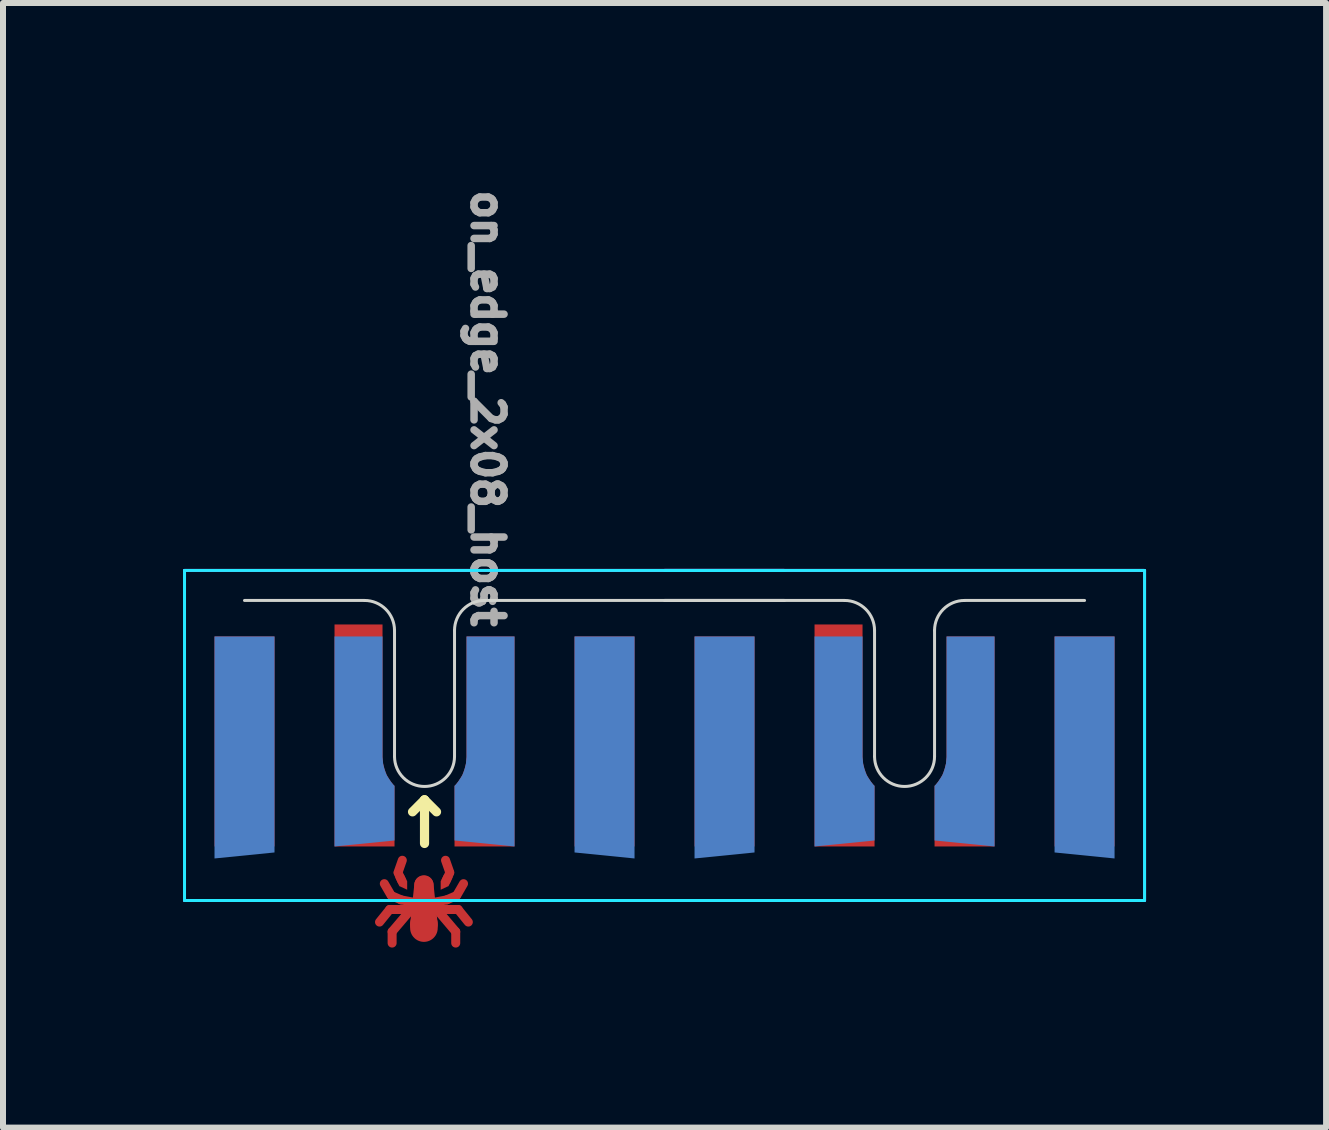
<source format=kicad_pcb>
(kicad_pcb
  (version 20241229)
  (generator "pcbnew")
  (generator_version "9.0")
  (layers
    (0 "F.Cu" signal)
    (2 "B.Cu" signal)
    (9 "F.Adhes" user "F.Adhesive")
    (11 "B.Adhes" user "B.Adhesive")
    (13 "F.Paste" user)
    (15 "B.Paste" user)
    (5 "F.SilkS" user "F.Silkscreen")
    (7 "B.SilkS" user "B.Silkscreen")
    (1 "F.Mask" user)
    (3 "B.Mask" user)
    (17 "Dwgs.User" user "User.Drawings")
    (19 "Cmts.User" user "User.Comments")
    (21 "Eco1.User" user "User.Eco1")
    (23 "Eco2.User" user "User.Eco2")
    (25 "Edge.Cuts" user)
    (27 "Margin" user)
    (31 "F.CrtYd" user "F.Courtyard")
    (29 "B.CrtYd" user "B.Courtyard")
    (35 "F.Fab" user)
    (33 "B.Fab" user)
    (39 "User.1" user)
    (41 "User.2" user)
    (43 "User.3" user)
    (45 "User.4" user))
  (footprint "on_edge_2x08_host"
    (layer "F.Cu")
    (at 5.025 6.957)
    (property "Reference" "on_edge_2x08_host" (at 0.05 -3.2 270) (unlocked yes) (layer "F.Fab") (effects (font (size 0.5 0.5) (thickness 0.125))))
    (attr exclude_from_pos_files exclude_from_bom)
    (fp_line (start -1.75 5.36) (end -1.58 5.15) (stroke (width 0.15) (type solid)) (layer "F.Cu"))
    (fp_line (start -1.67 4.72) (end -1.56 4.91) (stroke (width 0.15) (type solid)) (layer "F.Cu"))
    (fp_line (start -1.54 5.71) (end -1.54 5.52) (stroke (width 0.15) (type solid)) (layer "F.Cu"))
    (fp_line (start -1.44 4.54) (end -1.38 4.67) (stroke (width 0.15) (type solid)) (layer "F.Cu"))
    (fp_line (start -1.39 4.99) (end -1.55 4.92) (stroke (width 0.15) (type solid)) (layer "F.Cu"))
    (fp_line (start -1.39 4.99) (end -1.13 5.04) (stroke (width 0.15) (type solid)) (layer "F.Cu"))
    (fp_line (start -1.37 4.33) (end -1.44 4.53) (stroke (width 0.15) (type solid)) (layer "F.Cu"))
    (fp_line (start -1.26 5.19) (end -1.54 5.52) (stroke (width 0.15) (type solid)) (layer "F.Cu"))
    (fp_line (start -1.21 5.15) (end -1.58 5.15) (stroke (width 0.15) (type solid)) (layer "F.Cu"))
    (fp_line (start -1.09 5.4) (end -1.02 4.74) (stroke (width 0.3) (type solid)) (layer "F.Cu"))
    (fp_line (start -1.01 5.46) (end -1.01 5.39) (stroke (width 0.46) (type solid)) (layer "F.Cu"))
    (fp_line (start -1.01 5.51) (end -1.01 4.74) (stroke (width 0.32) (type solid)) (layer "F.Cu"))
    (fp_line (start -0.93 5.4) (end -1 4.74) (stroke (width 0.3) (type solid)) (layer "F.Cu"))
    (fp_line (start -0.81 5.15) (end -0.44 5.15) (stroke (width 0.15) (type solid)) (layer "F.Cu"))
    (fp_line (start -0.76 5.19) (end -0.48 5.52) (stroke (width 0.15) (type solid)) (layer "F.Cu"))
    (fp_line (start -0.65 4.33) (end -0.58 4.53) (stroke (width 0.15) (type solid)) (layer "F.Cu"))
    (fp_line (start -0.63 4.99) (end -0.89 5.04) (stroke (width 0.15) (type solid)) (layer "F.Cu"))
    (fp_line (start -0.63 4.99) (end -0.47 4.92) (stroke (width 0.15) (type solid)) (layer "F.Cu"))
    (fp_line (start -0.58 4.54) (end -0.64 4.67) (stroke (width 0.15) (type solid)) (layer "F.Cu"))
    (fp_line (start -0.48 5.71) (end -0.48 5.52) (stroke (width 0.15) (type solid)) (layer "F.Cu"))
    (fp_line (start -0.35 4.72) (end -0.46 4.91) (stroke (width 0.15) (type solid)) (layer "F.Cu"))
    (fp_line (start -0.27 5.36) (end -0.44 5.15) (stroke (width 0.15) (type solid)) (layer "F.Cu"))
    (fp_poly (pts (xy -1.35 4.56) (xy -1.29 4.68) (xy -1.29 4.82) (xy -1.42 4.76) (xy -1.49 4.61) (xy -1.4 4.64)) (stroke (width 0.001) (type solid)) (fill yes) (layer "F.Cu"))
    (fp_poly (pts (xy -0.67 4.56) (xy -0.73 4.68) (xy -0.73 4.82) (xy -0.6 4.76) (xy -0.53 4.61) (xy -0.62 4.64)) (stroke (width 0.001) (type solid)) (fill yes) (layer "F.Cu"))
    (fp_line (start -1.75 5.36) (end -1.58 5.15) (stroke (width 0.15) (type solid)) (layer "F.Mask"))
    (fp_line (start -1.67 4.72) (end -1.56 4.91) (stroke (width 0.15) (type solid)) (layer "F.Mask"))
    (fp_line (start -1.54 5.71) (end -1.54 5.52) (stroke (width 0.15) (type solid)) (layer "F.Mask"))
    (fp_line (start -1.44 4.54) (end -1.38 4.67) (stroke (width 0.15) (type solid)) (layer "F.Mask"))
    (fp_line (start -1.39 4.99) (end -1.55 4.92) (stroke (width 0.15) (type solid)) (layer "F.Mask"))
    (fp_line (start -1.39 4.99) (end -1.13 5.04) (stroke (width 0.15) (type solid)) (layer "F.Mask"))
    (fp_line (start -1.37 4.33) (end -1.44 4.53) (stroke (width 0.15) (type solid)) (layer "F.Mask"))
    (fp_line (start -1.26 5.19) (end -1.54 5.52) (stroke (width 0.15) (type solid)) (layer "F.Mask"))
    (fp_line (start -1.21 5.15) (end -1.58 5.15) (stroke (width 0.15) (type solid)) (layer "F.Mask"))
    (fp_line (start -1.09 5.4) (end -1.02 4.74) (stroke (width 0.3) (type solid)) (layer "F.Mask"))
    (fp_line (start -1.01 5.46) (end -1.01 5.39) (stroke (width 0.46) (type solid)) (layer "F.Mask"))
    (fp_line (start -1.01 5.51) (end -1.01 4.74) (stroke (width 0.32) (type solid)) (layer "F.Mask"))
    (fp_line (start -0.93 5.4) (end -1 4.74) (stroke (width 0.3) (type solid)) (layer "F.Mask"))
    (fp_line (start -0.81 5.15) (end -0.44 5.15) (stroke (width 0.15) (type solid)) (layer "F.Mask"))
    (fp_line (start -0.76 5.19) (end -0.48 5.52) (stroke (width 0.15) (type solid)) (layer "F.Mask"))
    (fp_line (start -0.65 4.33) (end -0.58 4.53) (stroke (width 0.15) (type solid)) (layer "F.Mask"))
    (fp_line (start -0.63 4.99) (end -0.89 5.04) (stroke (width 0.15) (type solid)) (layer "F.Mask"))
    (fp_line (start -0.63 4.99) (end -0.47 4.92) (stroke (width 0.15) (type solid)) (layer "F.Mask"))
    (fp_line (start -0.58 4.54) (end -0.64 4.67) (stroke (width 0.15) (type solid)) (layer "F.Mask"))
    (fp_line (start -0.48 5.71) (end -0.48 5.52) (stroke (width 0.15) (type solid)) (layer "F.Mask"))
    (fp_line (start -0.35 4.72) (end -0.46 4.91) (stroke (width 0.15) (type solid)) (layer "F.Mask"))
    (fp_line (start -0.27 5.36) (end -0.44 5.15) (stroke (width 0.15) (type solid)) (layer "F.Mask"))
    (fp_poly (pts (xy -1.35 4.56) (xy -1.29 4.68) (xy -1.29 4.82) (xy -1.42 4.76) (xy -1.49 4.61) (xy -1.4 4.64)) (stroke (width 0.001) (type solid)) (fill yes) (layer "F.Mask"))
    (fp_poly (pts (xy -0.67 4.56) (xy -0.73 4.68) (xy -0.73 4.82) (xy -0.6 4.76) (xy -0.53 4.61) (xy -0.62 4.64)) (stroke (width 0.001) (type solid)) (fill yes) (layer "F.Mask"))
    (fp_line (start -1 3.323) (end -1.2 3.523) (stroke (width 0.153) (type solid)) (layer "F.SilkS"))
    (fp_line (start -1 4.05) (end -1 3.323) (stroke (width 0.153) (type solid)) (layer "F.SilkS"))
    (fp_line (start -0.8 3.523) (end -1 3.323) (stroke (width 0.153) (type solid)) (layer "F.SilkS"))
    (fp_line (start -4 0) (end -2 0) (stroke (width 0.05) (type solid)) (layer "Edge.Cuts"))
    (fp_line (start -1.5 0.5) (end -1.5 2.6) (stroke (width 0.05) (type solid)) (layer "Edge.Cuts"))
    (fp_line (start -0.5 2.6) (end -0.5 0.5) (stroke (width 0.05) (type solid)) (layer "Edge.Cuts"))
    (fp_line (start 0 0) (end 5 0) (stroke (width 0.05) (type solid)) (layer "Edge.Cuts"))
    (fp_line (start 3 0) (end 6 0) (stroke (width 0.05) (type solid)) (layer "Edge.Cuts"))
    (fp_line (start 6.5 0.5) (end 6.5 2.6) (stroke (width 0.05) (type solid)) (layer "Edge.Cuts"))
    (fp_line (start 7.5 2.6) (end 7.5 0.5) (stroke (width 0.05) (type solid)) (layer "Edge.Cuts"))
    (fp_line (start 8 0) (end 10 0) (stroke (width 0.05) (type solid)) (layer "Edge.Cuts"))
    (fp_arc (start -2 0) (mid -1.646447 0.146447) (end -1.5 0.5) (stroke (width 0.05) (type solid)) (layer "Edge.Cuts"))
    (fp_arc (start -0.5 0.5) (mid -0.353553 0.146447) (end 0 0) (stroke (width 0.05) (type solid)) (layer "Edge.Cuts"))
    (fp_arc (start -0.5 2.6) (mid -1 3.1) (end -1.5 2.6) (stroke (width 0.05) (type solid)) (layer "Edge.Cuts"))
    (fp_arc (start 6 0) (mid 6.353553 0.146447) (end 6.5 0.5) (stroke (width 0.05) (type solid)) (layer "Edge.Cuts"))
    (fp_arc (start 7.5 0.5) (mid 7.646447 0.146447) (end 8 0) (stroke (width 0.05) (type solid)) (layer "Edge.Cuts"))
    (fp_arc (start 7.5 2.6) (mid 7 3.1) (end 6.5 2.6) (stroke (width 0.05) (type solid)) (layer "Edge.Cuts"))
    (fp_line (start -5 -0.5) (end 5 -0.5) (stroke (width 0.05) (type solid)) (layer "B.CrtYd"))
    (fp_line (start -5 5) (end -5 -0.5) (stroke (width 0.05) (type solid)) (layer "B.CrtYd"))
    (fp_line (start 3 -0.5) (end 11 -0.5) (stroke (width 0.05) (type solid)) (layer "B.CrtYd"))
    (fp_line (start 5 5) (end -5 5) (stroke (width 0.05) (type solid)) (layer "B.CrtYd"))
    (fp_line (start 11 -0.5) (end 11 5) (stroke (width 0.05) (type solid)) (layer "B.CrtYd"))
    (fp_line (start 11 5) (end 3 5) (stroke (width 0.05) (type solid)) (layer "B.CrtYd"))
    (fp_line (start -5 -0.5) (end -5 5) (stroke (width 0.05) (type solid)) (layer "F.CrtYd"))
    (fp_line (start -5 5) (end 5 5) (stroke (width 0.05) (type solid)) (layer "F.CrtYd"))
    (fp_line (start 3 5) (end 11 5) (stroke (width 0.05) (type solid)) (layer "F.CrtYd"))
    (fp_line (start 5 -0.5) (end -5 -0.5) (stroke (width 0.05) (type solid)) (layer "F.CrtYd"))
    (fp_line (start 11 -0.5) (end 3 -0.5) (stroke (width 0.05) (type solid)) (layer "F.CrtYd"))
    (fp_line (start 11 5) (end 11 -0.5) (stroke (width 0.05) (type solid)) (layer "F.CrtYd"))
    (pad "1" smd custom (at -2 3.6) (size 1 1) (layers "F.Cu" "F.Mask") (options (anchor rect)) (primitives (gr_poly (pts (xy 0.3 -0.99) (xy 0.31 -0.88) (xy 0.33 -0.8) (xy 0.35 -0.74) (xy 0.37 -0.69) (xy 0.4 -0.64) (xy 0.44 -0.58) (xy 0.48 -0.53) (xy 0.5 -0.51) (xy 0.5 0.5) (xy -0.5 0.5) (xy -0.5 -3.2) (xy 0.3 -3.2)) (width 0) (fill yes))))
    (pad "2" smd custom (at 0 3.6) (size 1 1) (layers "F.Cu" "F.Mask") (options (anchor rect)) (primitives (gr_poly (pts (xy -0.3 -0.99) (xy -0.31 -0.88) (xy -0.33 -0.8) (xy -0.35 -0.74) (xy -0.37 -0.69) (xy -0.4 -0.64) (xy -0.44 -0.58) (xy -0.48 -0.53) (xy -0.5 -0.51) (xy -0.5 0.5) (xy 0.5 0.5) (xy 0.5 -3) (xy -0.3 -3)) (width 0) (fill yes))))
    (pad "3" smd custom (at -2 2.1 180) (size 0.4 0.4) (layers "B.Cu" "B.Mask") (options (anchor rect)) (primitives (gr_poly (pts (xy -0.3 -0.51) (xy -0.31 -0.62) (xy -0.33 -0.7) (xy -0.35 -0.76) (xy -0.37 -0.81) (xy -0.4 -0.86) (xy -0.44 -0.92) (xy -0.48 -0.97) (xy -0.5 -0.99) (xy -0.5 -1.9) (xy 0.5 -2) (xy 0.5 1.5) (xy -0.3 1.5)) (width 0) (fill yes))))
    (pad "4" smd custom (at 0 2.1 180) (size 0.4 0.4) (layers "B.Cu" "B.Mask") (options (anchor rect)) (primitives (gr_poly (pts (xy 0.3 -0.51) (xy 0.31 -0.62) (xy 0.33 -0.7) (xy 0.35 -0.76) (xy 0.37 -0.81) (xy 0.4 -0.86) (xy 0.44 -0.92) (xy 0.48 -0.97) (xy 0.5 -0.99) (xy 0.5 -1.9) (xy -0.5 -2) (xy -0.5 1.5) (xy 0.3 1.5)) (width 0) (fill yes))))
    (pad "5" smd rect (at 2 2.35) (size 1 3.5) (layers "F.Cu" "F.Mask"))
    (pad "6" smd custom (at 2 2.4 180) (size 1 3.6) (layers "B.Cu" "B.Mask") (options (anchor rect)) (primitives (gr_poly (pts (xy 0.5 -1.8) (xy -0.5 -1.9) (xy -0.5 -1.8)) (width 0) (fill yes))))
    (pad "7" smd rect (at -4 2.35) (size 1 3.5) (layers "F.Cu" "F.Mask"))
    (pad "8" smd custom (at -4 2.4 180) (size 1 3.6) (layers "B.Cu" "B.Mask") (options (anchor rect)) (primitives (gr_poly (pts (xy 0.5 -1.8) (xy 0.5 -1.9) (xy -0.5 -1.8)) (width 0) (fill yes))))
    (pad "9" smd custom (at 6 3.6) (size 1 1) (layers "F.Cu" "F.Mask") (options (anchor rect)) (primitives (gr_poly (pts (xy 0.3 -0.99) (xy 0.31 -0.88) (xy 0.33 -0.8) (xy 0.35 -0.74) (xy 0.37 -0.69) (xy 0.4 -0.64) (xy 0.44 -0.58) (xy 0.48 -0.53) (xy 0.5 -0.51) (xy 0.5 0.5) (xy -0.5 0.5) (xy -0.5 -3.2) (xy 0.3 -3.2)) (width 0) (fill yes))))
    (pad "10" smd custom (at 8 3.6) (size 1 1) (layers "F.Cu" "F.Mask") (options (anchor rect)) (primitives (gr_poly (pts (xy -0.3 -0.99) (xy -0.31 -0.88) (xy -0.33 -0.8) (xy -0.35 -0.74) (xy -0.37 -0.69) (xy -0.4 -0.64) (xy -0.44 -0.58) (xy -0.48 -0.53) (xy -0.5 -0.51) (xy -0.5 0.5) (xy 0.5 0.5) (xy 0.5 -3) (xy -0.3 -3)) (width 0) (fill yes))))
    (pad "11" smd custom (at 6 2.1 180) (size 0.4 0.4) (layers "B.Cu" "B.Mask") (options (anchor rect)) (primitives (gr_poly (pts (xy -0.3 -0.51) (xy -0.31 -0.62) (xy -0.33 -0.7) (xy -0.35 -0.76) (xy -0.37 -0.81) (xy -0.4 -0.86) (xy -0.44 -0.92) (xy -0.48 -0.97) (xy -0.5 -0.99) (xy -0.5 -1.9) (xy 0.5 -2) (xy 0.5 1.5) (xy -0.3 1.5)) (width 0) (fill yes))))
    (pad "12" smd custom (at 8 2.1 180) (size 0.4 0.4) (layers "B.Cu" "B.Mask") (options (anchor rect)) (primitives (gr_poly (pts (xy 0.3 -0.51) (xy 0.31 -0.62) (xy 0.33 -0.7) (xy 0.35 -0.76) (xy 0.37 -0.81) (xy 0.4 -0.86) (xy 0.44 -0.92) (xy 0.48 -0.97) (xy 0.5 -0.99) (xy 0.5 -1.9) (xy -0.5 -2) (xy -0.5 1.5) (xy 0.3 1.5)) (width 0) (fill yes))))
    (pad "13" smd rect (at 10 2.35) (size 1 3.5) (layers "F.Cu" "F.Mask"))
    (pad "14" smd custom (at 10 2.4 180) (size 1 3.6) (layers "B.Cu" "B.Mask") (options (anchor rect)) (primitives (gr_poly (pts (xy 0.5 -1.8) (xy -0.5 -1.9) (xy -0.5 -1.8)) (width 0) (fill yes))))
    (pad "15" smd rect (at 4 2.35) (size 1 3.5) (layers "F.Cu" "F.Mask"))
    (pad "16" smd custom (at 4 2.4 180) (size 1 3.6) (layers "B.Cu" "B.Mask") (options (anchor rect)) (primitives (gr_poly (pts (xy 0.5 -1.8) (xy 0.5 -1.9) (xy -0.5 -1.8)) (width 0) (fill yes)))))
  (gr_rect
    (start -3 -3)
    (end 19.05 15.742)
    (stroke (width 0.1) (type default))
    (fill no)
    (layer "Edge.Cuts")))
</source>
